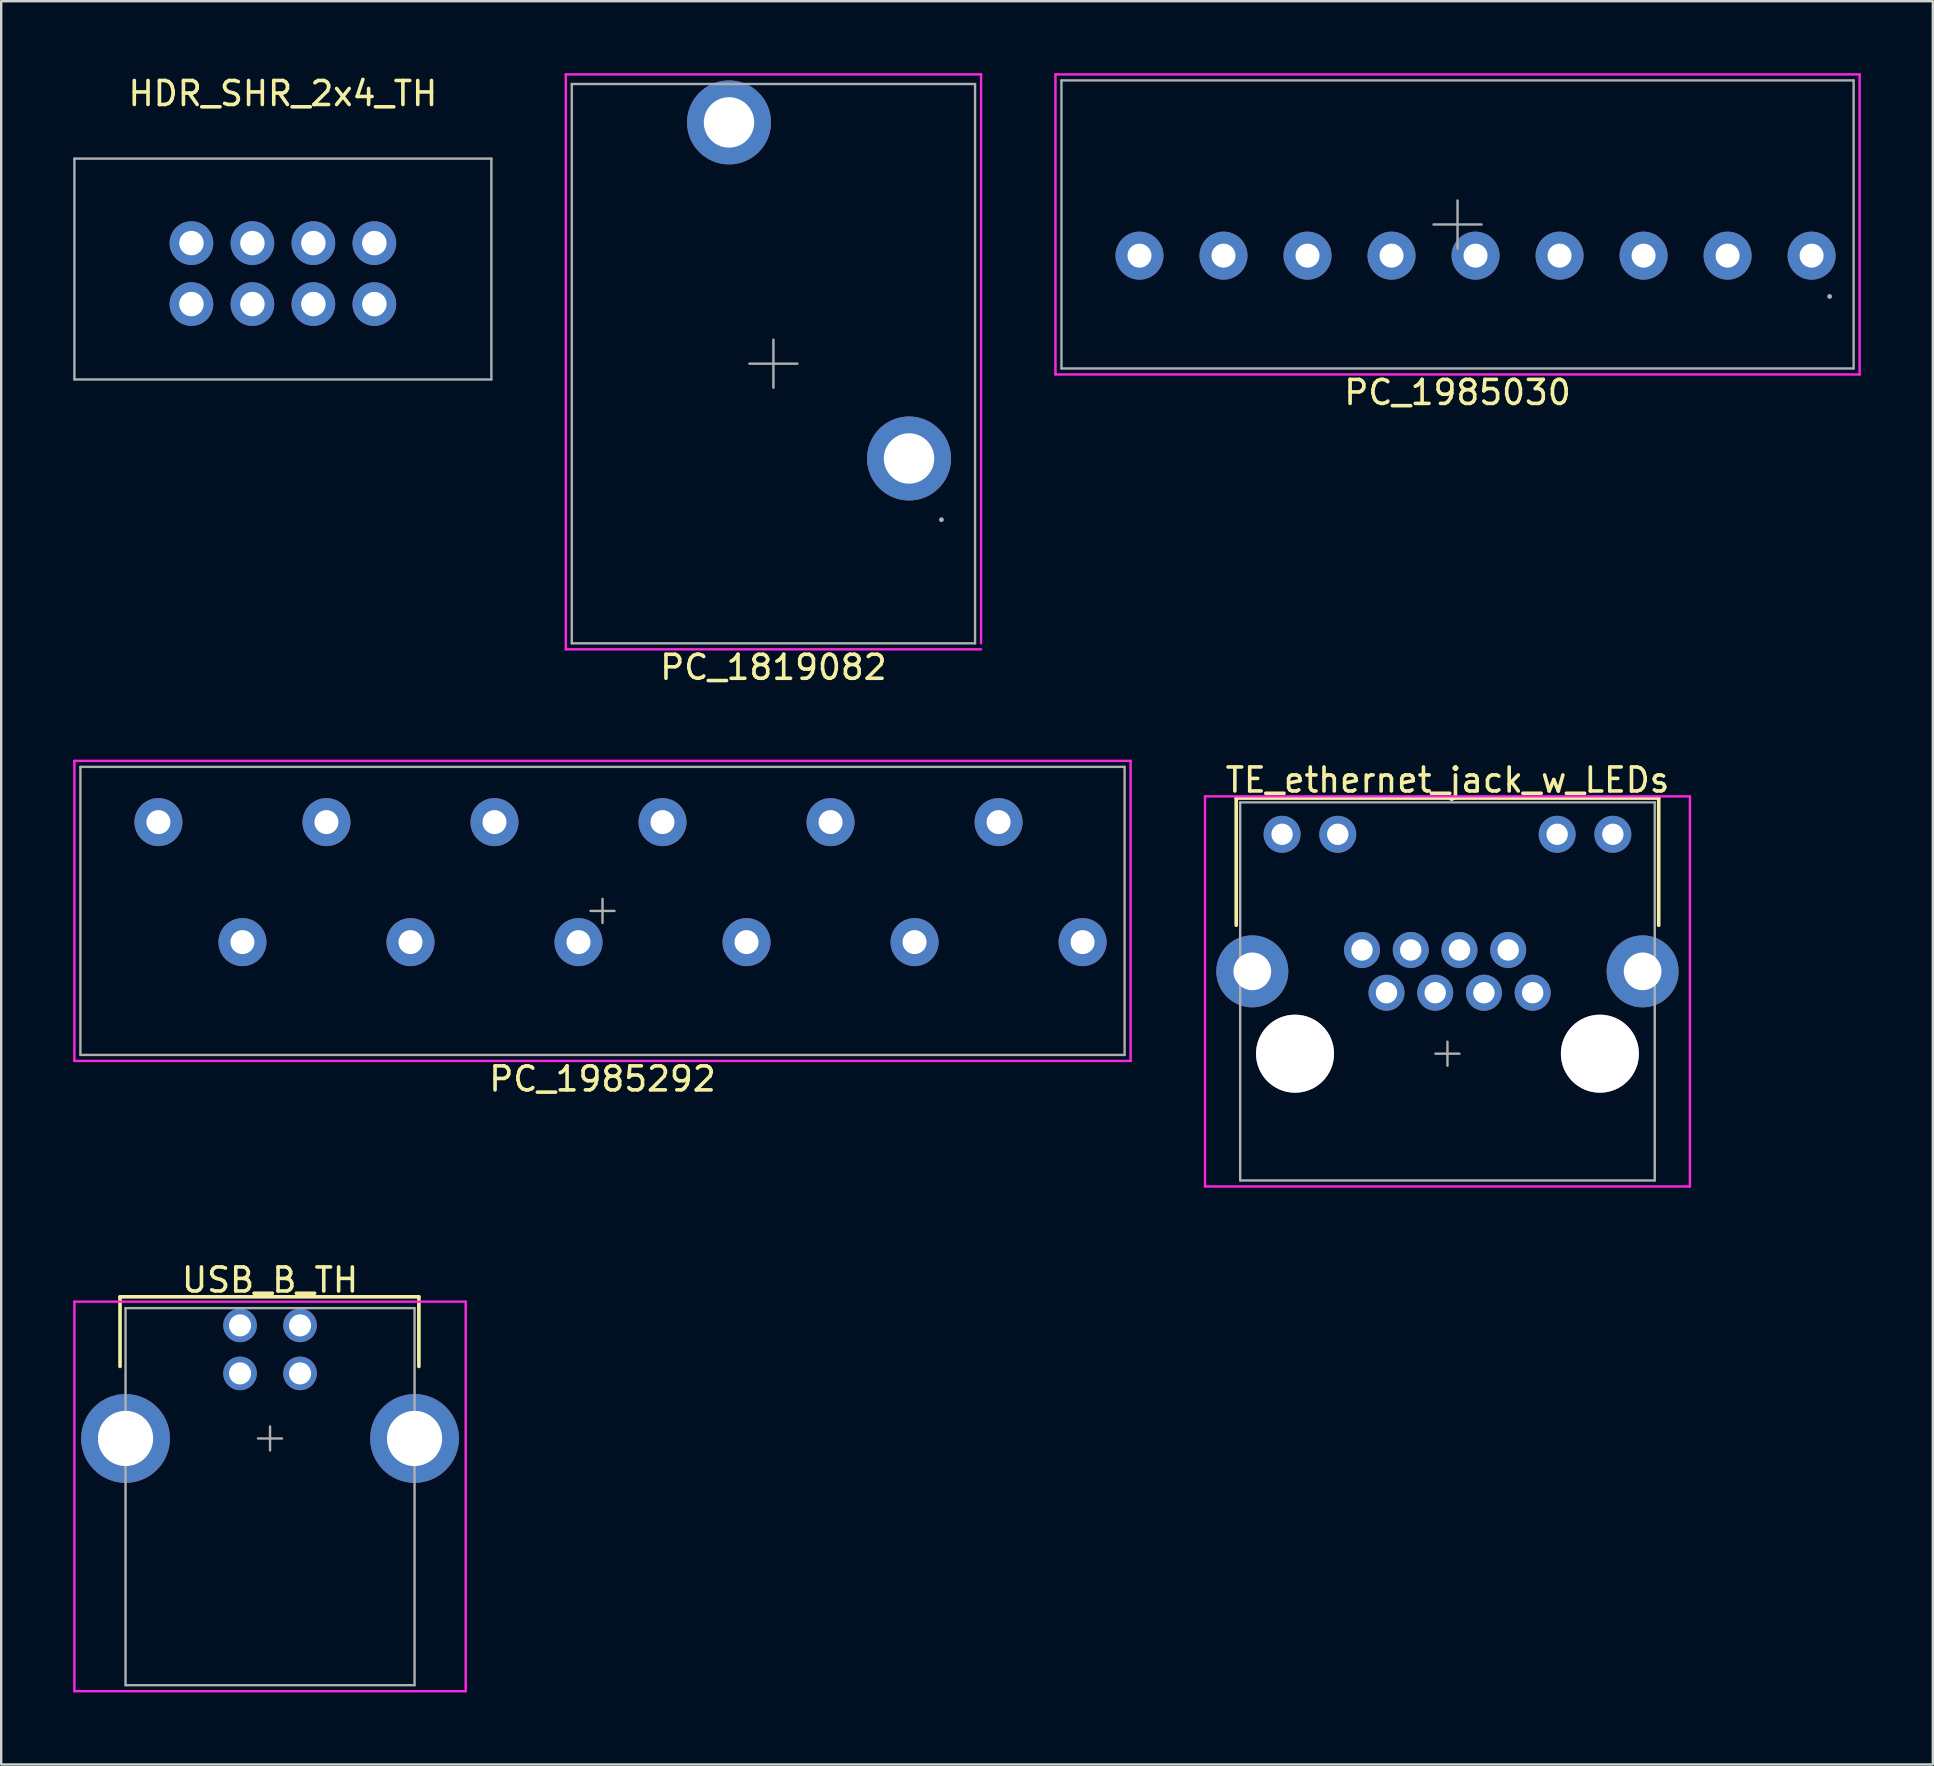
<source format=kicad_pcb>
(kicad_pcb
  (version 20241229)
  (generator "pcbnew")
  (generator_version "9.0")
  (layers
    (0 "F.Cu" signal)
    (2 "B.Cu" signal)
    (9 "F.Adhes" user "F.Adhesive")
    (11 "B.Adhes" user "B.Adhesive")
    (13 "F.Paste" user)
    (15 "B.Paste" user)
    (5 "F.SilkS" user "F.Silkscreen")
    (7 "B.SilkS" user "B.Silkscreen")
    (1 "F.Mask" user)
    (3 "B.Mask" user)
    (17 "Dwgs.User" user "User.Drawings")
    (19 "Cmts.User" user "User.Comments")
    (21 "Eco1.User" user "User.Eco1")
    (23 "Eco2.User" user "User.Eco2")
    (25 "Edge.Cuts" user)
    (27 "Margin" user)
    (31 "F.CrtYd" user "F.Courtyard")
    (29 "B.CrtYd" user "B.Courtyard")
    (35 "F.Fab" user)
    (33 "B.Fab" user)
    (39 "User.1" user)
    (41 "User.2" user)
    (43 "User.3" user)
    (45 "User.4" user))
  (footprint "PC_1985030"
    (layer "F.Cu")
    (at 57.67 6.3)
    (property "Reference" "PC_1985030" (at 0 7 0) (layer "F.SilkS") (effects (font (size 1 1) (thickness 0.15))))
    (attr through_hole)
    (fp_line (start -16.75 -6.25) (end 16.75 -6.25) (stroke (width 0.1) (type solid)) (layer "F.CrtYd"))
    (fp_line (start -16.75 6.25) (end -16.75 -6.25) (stroke (width 0.1) (type solid)) (layer "F.CrtYd"))
    (fp_line (start 16.75 -6.25) (end 16.75 6.25) (stroke (width 0.1) (type solid)) (layer "F.CrtYd"))
    (fp_line (start 16.75 6.25) (end -16.75 6.25) (stroke (width 0.1) (type solid)) (layer "F.CrtYd"))
    (fp_line (start -16.5 -6) (end -16.5 6) (stroke (width 0.1) (type solid)) (layer "F.Fab"))
    (fp_line (start -16.5 -6) (end 16.5 -6) (stroke (width 0.1) (type solid)) (layer "F.Fab"))
    (fp_line (start -16.5 6) (end 16.5 6) (stroke (width 0.1) (type solid)) (layer "F.Fab"))
    (fp_line (start -1 0) (end 1 0) (stroke (width 0.1) (type solid)) (layer "F.Fab"))
    (fp_line (start 0 -1) (end 0 1) (stroke (width 0.1) (type solid)) (layer "F.Fab"))
    (fp_line (start 16.5 -6) (end 16.5 6) (stroke (width 0.1) (type solid)) (layer "F.Fab"))
    (fp_circle (center 15.5 3) (end 15.5 2.95) (stroke (width 0.1) (type solid)) (fill no) (layer "F.Fab"))
    (pad "1" thru_hole circle (at 14.75 1.3) (size 2 2) (drill 1) (layers "*.Cu" "*.Mask"))
    (pad "2" thru_hole circle (at 11.25 1.3) (size 2 2) (drill 1) (layers "*.Cu" "*.Mask"))
    (pad "3" thru_hole circle (at 7.75 1.3) (size 2 2) (drill 1) (layers "*.Cu" "*.Mask"))
    (pad "4" thru_hole circle (at 4.25 1.3) (size 2 2) (drill 1) (layers "*.Cu" "*.Mask"))
    (pad "5" thru_hole circle (at 0.75 1.3) (size 2 2) (drill 1) (layers "*.Cu" "*.Mask"))
    (pad "6" thru_hole circle (at -2.75 1.3) (size 2 2) (drill 1) (layers "*.Cu" "*.Mask"))
    (pad "7" thru_hole circle (at -6.25 1.3) (size 2 2) (drill 1) (layers "*.Cu" "*.Mask"))
    (pad "8" thru_hole circle (at -9.75 1.3) (size 2 2) (drill 1) (layers "*.Cu" "*.Mask"))
    (pad "9" thru_hole circle (at -13.25 1.3) (size 2 2) (drill 1) (layers "*.Cu" "*.Mask")))
  (footprint "USB_B_TH"
    (layer "F.Cu")
    (at 8.2 56.875)
    (property "Reference" "USB_B_TH" (at 0 -6.6 0) (layer "F.SilkS") (effects (font (size 1 1) (thickness 0.15))))
    (attr through_hole)
    (fp_line (start -6.25 -5.9) (end -6.25 -3) (stroke (width 0.15) (type solid)) (layer "F.SilkS"))
    (fp_line (start 6.2 -5.9) (end -6.25 -5.9) (stroke (width 0.15) (type solid)) (layer "F.SilkS"))
    (fp_line (start 6.2 -5.9) (end 6.2 -3) (stroke (width 0.15) (type solid)) (layer "F.SilkS"))
    (fp_line (start -8.15 -5.7) (end 8.15 -5.7) (stroke (width 0.1) (type solid)) (layer "F.CrtYd"))
    (fp_line (start -8.15 10.53) (end -8.15 -5.7) (stroke (width 0.1) (type solid)) (layer "F.CrtYd"))
    (fp_line (start 8.15 -5.7) (end 8.15 10.53) (stroke (width 0.1) (type solid)) (layer "F.CrtYd"))
    (fp_line (start 8.15 10.53) (end -8.15 10.53) (stroke (width 0.1) (type solid)) (layer "F.CrtYd"))
    (fp_line (start -6.02 -5.43) (end 6.02 -5.43) (stroke (width 0.1) (type solid)) (layer "F.Fab"))
    (fp_line (start -6.02 10.28) (end -6.02 -5.43) (stroke (width 0.1) (type solid)) (layer "F.Fab"))
    (fp_line (start -6.02 10.28) (end 6.02 10.28) (stroke (width 0.1) (type solid)) (layer "F.Fab"))
    (fp_line (start 0 -0.5) (end 0 0.5) (stroke (width 0.1) (type solid)) (layer "F.Fab"))
    (fp_line (start 0.5 0) (end -0.5 0) (stroke (width 0.1) (type solid)) (layer "F.Fab"))
    (fp_line (start 6.02 -5.43) (end 6.02 10.28) (stroke (width 0.1) (type solid)) (layer "F.Fab"))
    (pad "1" thru_hole circle (at 1.25 -4.71) (size 1.4 1.4) (drill 0.92) (layers "*.Cu" "*.Mask"))
    (pad "2" thru_hole circle (at -1.25 -4.71) (size 1.4 1.4) (drill 0.92) (layers "*.Cu" "*.Mask"))
    (pad "3" thru_hole circle (at -1.25 -2.71) (size 1.4 1.4) (drill 0.92) (layers "*.Cu" "*.Mask"))
    (pad "4" thru_hole circle (at 1.25 -2.71) (size 1.4 1.4) (drill 0.92) (layers "*.Cu" "*.Mask"))
    (pad "5" thru_hole circle (at -6.02 0) (size 3.7 3.7) (drill 2.3) (layers "*.Cu" "*.Mask"))
    (pad "5" thru_hole circle (at 6.02 0) (size 3.7 3.7) (drill 2.3) (layers "*.Cu" "*.Mask")))
  (footprint "PC_1819082"
    (layer "F.Cu")
    (at 29.17 12.1)
    (property "Reference" "PC_1819082" (at 0 12.65 0) (layer "F.SilkS") (effects (font (size 1 1) (thickness 0.15))))
    (attr through_hole)
    (fp_line (start -8.65 -12.05) (end 8.65 -12.05) (stroke (width 0.1) (type solid)) (layer "F.CrtYd"))
    (fp_line (start -8.65 11.9) (end -8.65 -12.05) (stroke (width 0.1) (type solid)) (layer "F.CrtYd"))
    (fp_line (start -8.65 11.9) (end 8.65 11.9) (stroke (width 0.1) (type solid)) (layer "F.CrtYd"))
    (fp_line (start 8.65 -12.05) (end 8.65 11.65) (stroke (width 0.1) (type solid)) (layer "F.CrtYd"))
    (fp_line (start -8.4 -11.65) (end -8.4 11.65) (stroke (width 0.1) (type solid)) (layer "F.Fab"))
    (fp_line (start -8.4 -11.65) (end 8.4 -11.65) (stroke (width 0.1) (type solid)) (layer "F.Fab"))
    (fp_line (start -8.4 11.65) (end 8.4 11.65) (stroke (width 0.1) (type solid)) (layer "F.Fab"))
    (fp_line (start -1 0) (end 1 0) (stroke (width 0.1) (type solid)) (layer "F.Fab"))
    (fp_line (start 0 -1) (end 0 1) (stroke (width 0.1) (type solid)) (layer "F.Fab"))
    (fp_line (start 8.4 -11.65) (end 8.4 11.65) (stroke (width 0.1) (type solid)) (layer "F.Fab"))
    (fp_circle (center 7 6.5) (end 7.05 6.5) (stroke (width 0.1) (type solid)) (fill no) (layer "F.Fab"))
    (pad "1" thru_hole circle (at 5.65 3.95) (size 3.5 3.5) (drill 2.1) (layers "*.Cu" "*.Mask"))
    (pad "2" thru_hole circle (at -1.85 -10.05) (size 3.5 3.5) (drill 2.1) (layers "*.Cu" "*.Mask")))
  (footprint "PC_1985292"
    (layer "F.Cu")
    (at 22.05 34.898)
    (property "Reference" "PC_1985292" (at 0 7 0) (layer "F.SilkS") (effects (font (size 1 1) (thickness 0.15))))
    (attr through_hole)
    (fp_line (start -22 -6.25) (end 22 -6.25) (stroke (width 0.1) (type solid)) (layer "F.CrtYd"))
    (fp_line (start -22 6.25) (end -22 -6.25) (stroke (width 0.1) (type solid)) (layer "F.CrtYd"))
    (fp_line (start 22 -6.25) (end 22 6.25) (stroke (width 0.1) (type solid)) (layer "F.CrtYd"))
    (fp_line (start 22 6.25) (end -22 6.25) (stroke (width 0.1) (type solid)) (layer "F.CrtYd"))
    (fp_line (start -21.75 -6) (end 21.75 -6) (stroke (width 0.1) (type solid)) (layer "F.Fab"))
    (fp_line (start -21.75 6) (end -21.75 -6) (stroke (width 0.1) (type solid)) (layer "F.Fab"))
    (fp_line (start -0.5 0) (end 0.5 0) (stroke (width 0.1) (type solid)) (layer "F.Fab"))
    (fp_line (start 0 -0.5) (end 0 0.5) (stroke (width 0.1) (type solid)) (layer "F.Fab"))
    (fp_line (start 21.75 -6) (end 21.75 6) (stroke (width 0.1) (type solid)) (layer "F.Fab"))
    (fp_line (start 21.75 6) (end -21.75 6) (stroke (width 0.1) (type solid)) (layer "F.Fab"))
    (pad "1" thru_hole circle (at 20 1.3) (size 2 2) (drill 1) (layers "*.Cu" "*.Mask"))
    (pad "2" thru_hole circle (at 16.5 -3.7) (size 2 2) (drill 1) (layers "*.Cu" "*.Mask"))
    (pad "3" thru_hole circle (at 13 1.3) (size 2 2) (drill 1) (layers "*.Cu" "*.Mask"))
    (pad "4" thru_hole circle (at 9.5 -3.7) (size 2 2) (drill 1) (layers "*.Cu" "*.Mask"))
    (pad "5" thru_hole circle (at 6 1.3) (size 2 2) (drill 1) (layers "*.Cu" "*.Mask"))
    (pad "6" thru_hole circle (at 2.5 -3.7) (size 2 2) (drill 1) (layers "*.Cu" "*.Mask"))
    (pad "7" thru_hole circle (at -1 1.3) (size 2 2) (drill 1) (layers "*.Cu" "*.Mask"))
    (pad "8" thru_hole circle (at -4.5 -3.7) (size 2 2) (drill 1) (layers "*.Cu" "*.Mask"))
    (pad "9" thru_hole circle (at -8 1.3) (size 2 2) (drill 1) (layers "*.Cu" "*.Mask"))
    (pad "10" thru_hole circle (at -11.5 -3.7) (size 2 2) (drill 1) (layers "*.Cu" "*.Mask"))
    (pad "11" thru_hole circle (at -15 1.3) (size 2 2) (drill 1) (layers "*.Cu" "*.Mask"))
    (pad "12" thru_hole circle (at -18.5 -3.7) (size 2 2) (drill 1) (layers "*.Cu" "*.Mask")))
  (footprint "TE_ethernet_jack_w_LEDs"
    (layer "F.Cu")
    (at 57.25 40.846)
    (property "Reference" "TE_ethernet_jack_w_LEDs" (at 0 -11.4 0) (layer "F.SilkS") (effects (font (size 1 1) (thickness 0.15))))
    (attr through_hole)
    (fp_line (start -8.8 -10.65) (end 8.8 -10.65) (stroke (width 0.15) (type solid)) (layer "F.SilkS"))
    (fp_line (start -8.8 -5.35) (end -8.8 -10.65) (stroke (width 0.15) (type solid)) (layer "F.SilkS"))
    (fp_line (start 8.8 -10.65) (end 8.8 -5.35) (stroke (width 0.15) (type solid)) (layer "F.SilkS"))
    (fp_line (start -10.1 -10.72) (end 10.1 -10.72) (stroke (width 0.1) (type solid)) (layer "F.CrtYd"))
    (fp_line (start -10.1 5.53) (end -10.1 -10.72) (stroke (width 0.1) (type solid)) (layer "F.CrtYd"))
    (fp_line (start 10.1 -10.72) (end 10.1 5.53) (stroke (width 0.1) (type solid)) (layer "F.CrtYd"))
    (fp_line (start 10.1 5.53) (end -10.1 5.53) (stroke (width 0.1) (type solid)) (layer "F.CrtYd"))
    (fp_line (start -8.635 -10.47) (end 8.635 -10.47) (stroke (width 0.1) (type solid)) (layer "F.Fab"))
    (fp_line (start -8.635 5.28) (end -8.635 -10.47) (stroke (width 0.1) (type solid)) (layer "F.Fab"))
    (fp_line (start 0 -0.5) (end 0 0.5) (stroke (width 0.1) (type solid)) (layer "F.Fab"))
    (fp_line (start 0.5 0) (end -0.5 0) (stroke (width 0.1) (type solid)) (layer "F.Fab"))
    (fp_line (start 8.635 -10.47) (end 8.635 5.28) (stroke (width 0.1) (type solid)) (layer "F.Fab"))
    (fp_line (start 8.635 5.28) (end -8.635 5.28) (stroke (width 0.1) (type solid)) (layer "F.Fab"))
    (pad "" thru_hole circle (at -6.35 0) (size 3.25 3.25) (drill 3.25) (layers "*.Cu"))
    (pad "" thru_hole circle (at 6.35 0) (size 3.25 3.25) (drill 3.25) (layers "*.Cu"))
    (pad "1" thru_hole circle (at 3.55 -2.54) (size 1.5 1.5) (drill 0.89) (layers "*.Cu" "*.Mask"))
    (pad "2" thru_hole circle (at 1.52 -2.54) (size 1.5 1.5) (drill 0.89) (layers "*.Cu" "*.Mask"))
    (pad "3" thru_hole circle (at -0.51 -2.54) (size 1.5 1.5) (drill 0.89) (layers "*.Cu" "*.Mask"))
    (pad "4" thru_hole circle (at -2.54 -2.54) (size 1.5 1.5) (drill 0.89) (layers "*.Cu" "*.Mask"))
    (pad "5" thru_hole circle (at 2.53 -4.32) (size 1.5 1.5) (drill 0.89) (layers "*.Cu" "*.Mask"))
    (pad "6" thru_hole circle (at 0.5 -4.32) (size 1.5 1.5) (drill 0.89) (layers "*.Cu" "*.Mask"))
    (pad "7" thru_hole circle (at -1.53 -4.32) (size 1.5 1.5) (drill 0.89) (layers "*.Cu" "*.Mask"))
    (pad "8" thru_hole circle (at -3.56 -4.32) (size 1.5 1.5) (drill 0.89) (layers "*.Cu" "*.Mask"))
    (pad "9" thru_hole circle (at 6.89 -9.14) (size 1.54 1.54) (drill 0.89) (layers "*.Cu" "*.Mask"))
    (pad "10" thru_hole circle (at 4.57 -9.14) (size 1.54 1.54) (drill 0.89) (layers "*.Cu" "*.Mask"))
    (pad "11" thru_hole circle (at -4.57 -9.14) (size 1.54 1.54) (drill 0.89) (layers "*.Cu" "*.Mask"))
    (pad "12" thru_hole circle (at -6.89 -9.14) (size 1.54 1.54) (drill 0.89) (layers "*.Cu" "*.Mask"))
    (pad "13" thru_hole circle (at -8.13 -3.43) (size 3 3) (drill 1.57) (layers "*.Cu" "*.Mask"))
    (pad "13" thru_hole circle (at 8.13 -3.43) (size 3 3) (drill 1.57) (layers "*.Cu" "*.Mask")))
  (footprint "HDR_SHR_2x4_TH"
    (layer "F.Cu")
    (at 8.735 8.348)
    (property "Reference" "HDR_SHR_2x4_TH" (at 0 -7.5 0) (layer "F.SilkS") (effects (font (size 1 1) (thickness 0.15))))
    (attr through_hole)
    (fp_line (start -8.685 -4.79) (end -8.685 4.41) (stroke (width 0.1) (type solid)) (layer "F.Fab"))
    (fp_line (start -8.685 -4.79) (end 8.685 -4.79) (stroke (width 0.1) (type solid)) (layer "F.Fab"))
    (fp_line (start -8.685 4.41) (end 8.685 4.41) (stroke (width 0.1) (type solid)) (layer "F.Fab"))
    (fp_line (start 8.685 -4.79) (end 8.685 4.41) (stroke (width 0.1) (type solid)) (layer "F.Fab"))
    (pad "1" thru_hole circle (at 3.81 -1.27) (size 1.82 1.82) (drill 1.02) (layers "*.Cu" "*.Mask"))
    (pad "2" thru_hole circle (at 3.81 1.27) (size 1.82 1.82) (drill 1.02) (layers "*.Cu" "*.Mask"))
    (pad "3" thru_hole circle (at 1.27 -1.27) (size 1.82 1.82) (drill 1.02) (layers "*.Cu" "*.Mask"))
    (pad "4" thru_hole circle (at 1.27 1.27) (size 1.82 1.82) (drill 1.02) (layers "*.Cu" "*.Mask"))
    (pad "5" thru_hole circle (at -1.27 -1.27) (size 1.82 1.82) (drill 1.02) (layers "*.Cu" "*.Mask"))
    (pad "6" thru_hole circle (at -1.27 1.27) (size 1.82 1.82) (drill 1.02) (layers "*.Cu" "*.Mask"))
    (pad "7" thru_hole circle (at -3.81 -1.27) (size 1.82 1.82) (drill 1.02) (layers "*.Cu" "*.Mask"))
    (pad "8" thru_hole circle (at -3.81 1.27) (size 1.82 1.82) (drill 1.02) (layers "*.Cu" "*.Mask")))
  (gr_rect
    (start -3 -3)
    (end 77.47 70.455)
    (stroke (width 0.1) (type default))
    (fill no)
    (layer "Edge.Cuts")))
</source>
